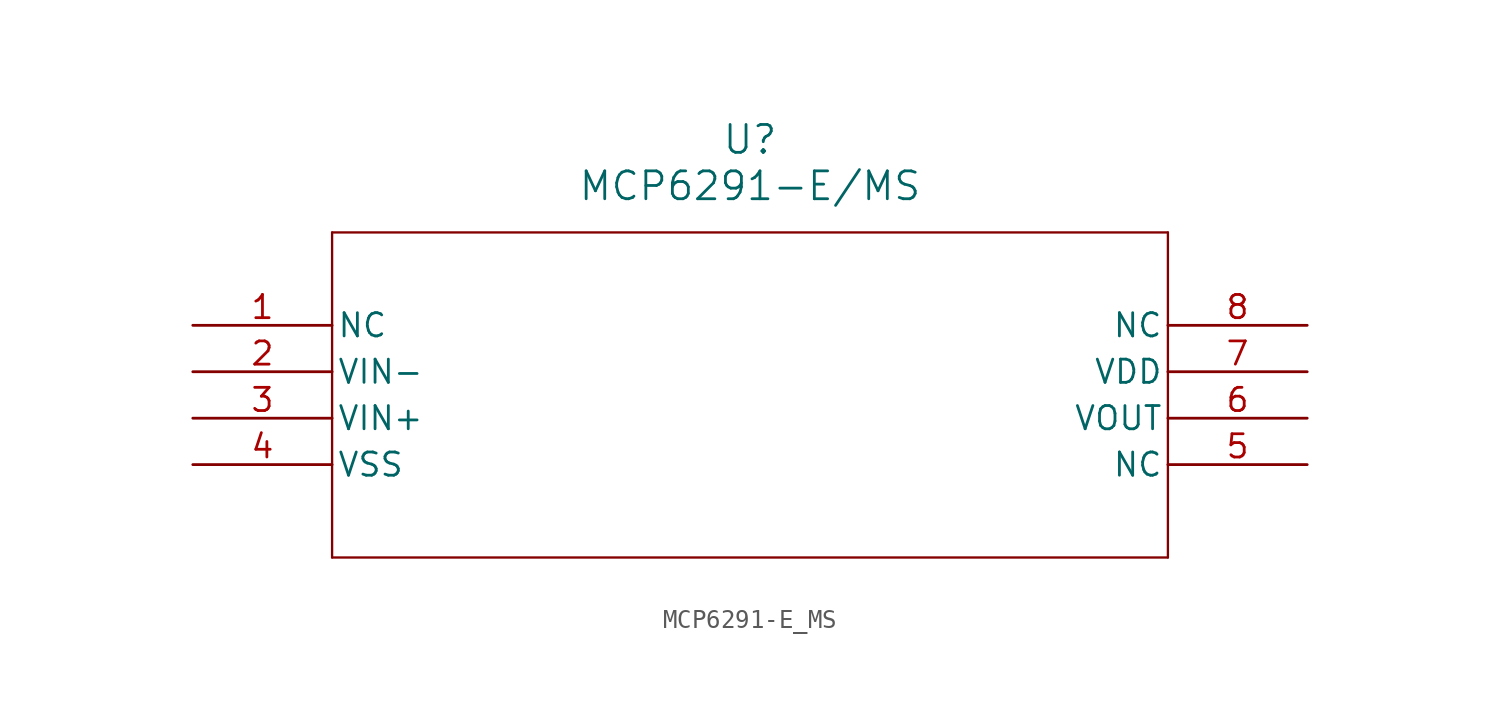
<source format=kicad_sym>
(kicad_symbol_lib
  (version 20211014)
  (generator kicad_symbol_editor)
  (symbol "MCP6291-E_MS"
    (pin_names
      (offset 0.254))
    (property "Reference" "U"
      (at 30.48 10.16 0)
      (effects (font (size 1.524 1.524))))
    (property "Value" "MCP6291-E/MS"
      (at 30.48 7.62 0)
      (effects (font (size 1.524 1.524))))
    (symbol "MCP6291-E_MS_0_1"
      (polyline (pts (xy 7.62 5.08) (xy 7.62 -12.7)) (stroke (width 0.127) (type default) (color 0 0 0 0)) (fill (type none)))
      (polyline (pts (xy 7.62 -12.7) (xy 53.34 -12.7)) (stroke (width 0.127) (type default) (color 0 0 0 0)) (fill (type none)))
      (polyline (pts (xy 53.34 -12.7) (xy 53.34 5.08)) (stroke (width 0.127) (type default) (color 0 0 0 0)) (fill (type none)))
      (polyline (pts (xy 53.34 5.08) (xy 7.62 5.08)) (stroke (width 0.127) (type default) (color 0 0 0 0)) (fill (type none)))
      (pin unspecified line (at 0 0 0) (length 7.62) (name "NC" (effects (font (size 1.27 1.27)))) (number "1" (effects (font (size 1.27 1.27)))))
      (pin unspecified line (at 0 -2.54 0) (length 7.62) (name "VIN-" (effects (font (size 1.27 1.27)))) (number "2" (effects (font (size 1.27 1.27)))))
      (pin unspecified line (at 0 -5.08 0) (length 7.62) (name "VIN+" (effects (font (size 1.27 1.27)))) (number "3" (effects (font (size 1.27 1.27)))))
      (pin unspecified line (at 0 -7.62 0) (length 7.62) (name "VSS" (effects (font (size 1.27 1.27)))) (number "4" (effects (font (size 1.27 1.27)))))
      (pin unspecified line (at 60.96 -7.62 180) (length 7.62) (name "NC" (effects (font (size 1.27 1.27)))) (number "5" (effects (font (size 1.27 1.27)))))
      (pin unspecified line (at 60.96 -5.08 180) (length 7.62) (name "VOUT" (effects (font (size 1.27 1.27)))) (number "6" (effects (font (size 1.27 1.27)))))
      (pin unspecified line (at 60.96 -2.54 180) (length 7.62) (name "VDD" (effects (font (size 1.27 1.27)))) (number "7" (effects (font (size 1.27 1.27)))))
      (pin unspecified line (at 60.96 0 180) (length 7.62) (name "NC" (effects (font (size 1.27 1.27)))) (number "8" (effects (font (size 1.27 1.27))))))))
</source>
